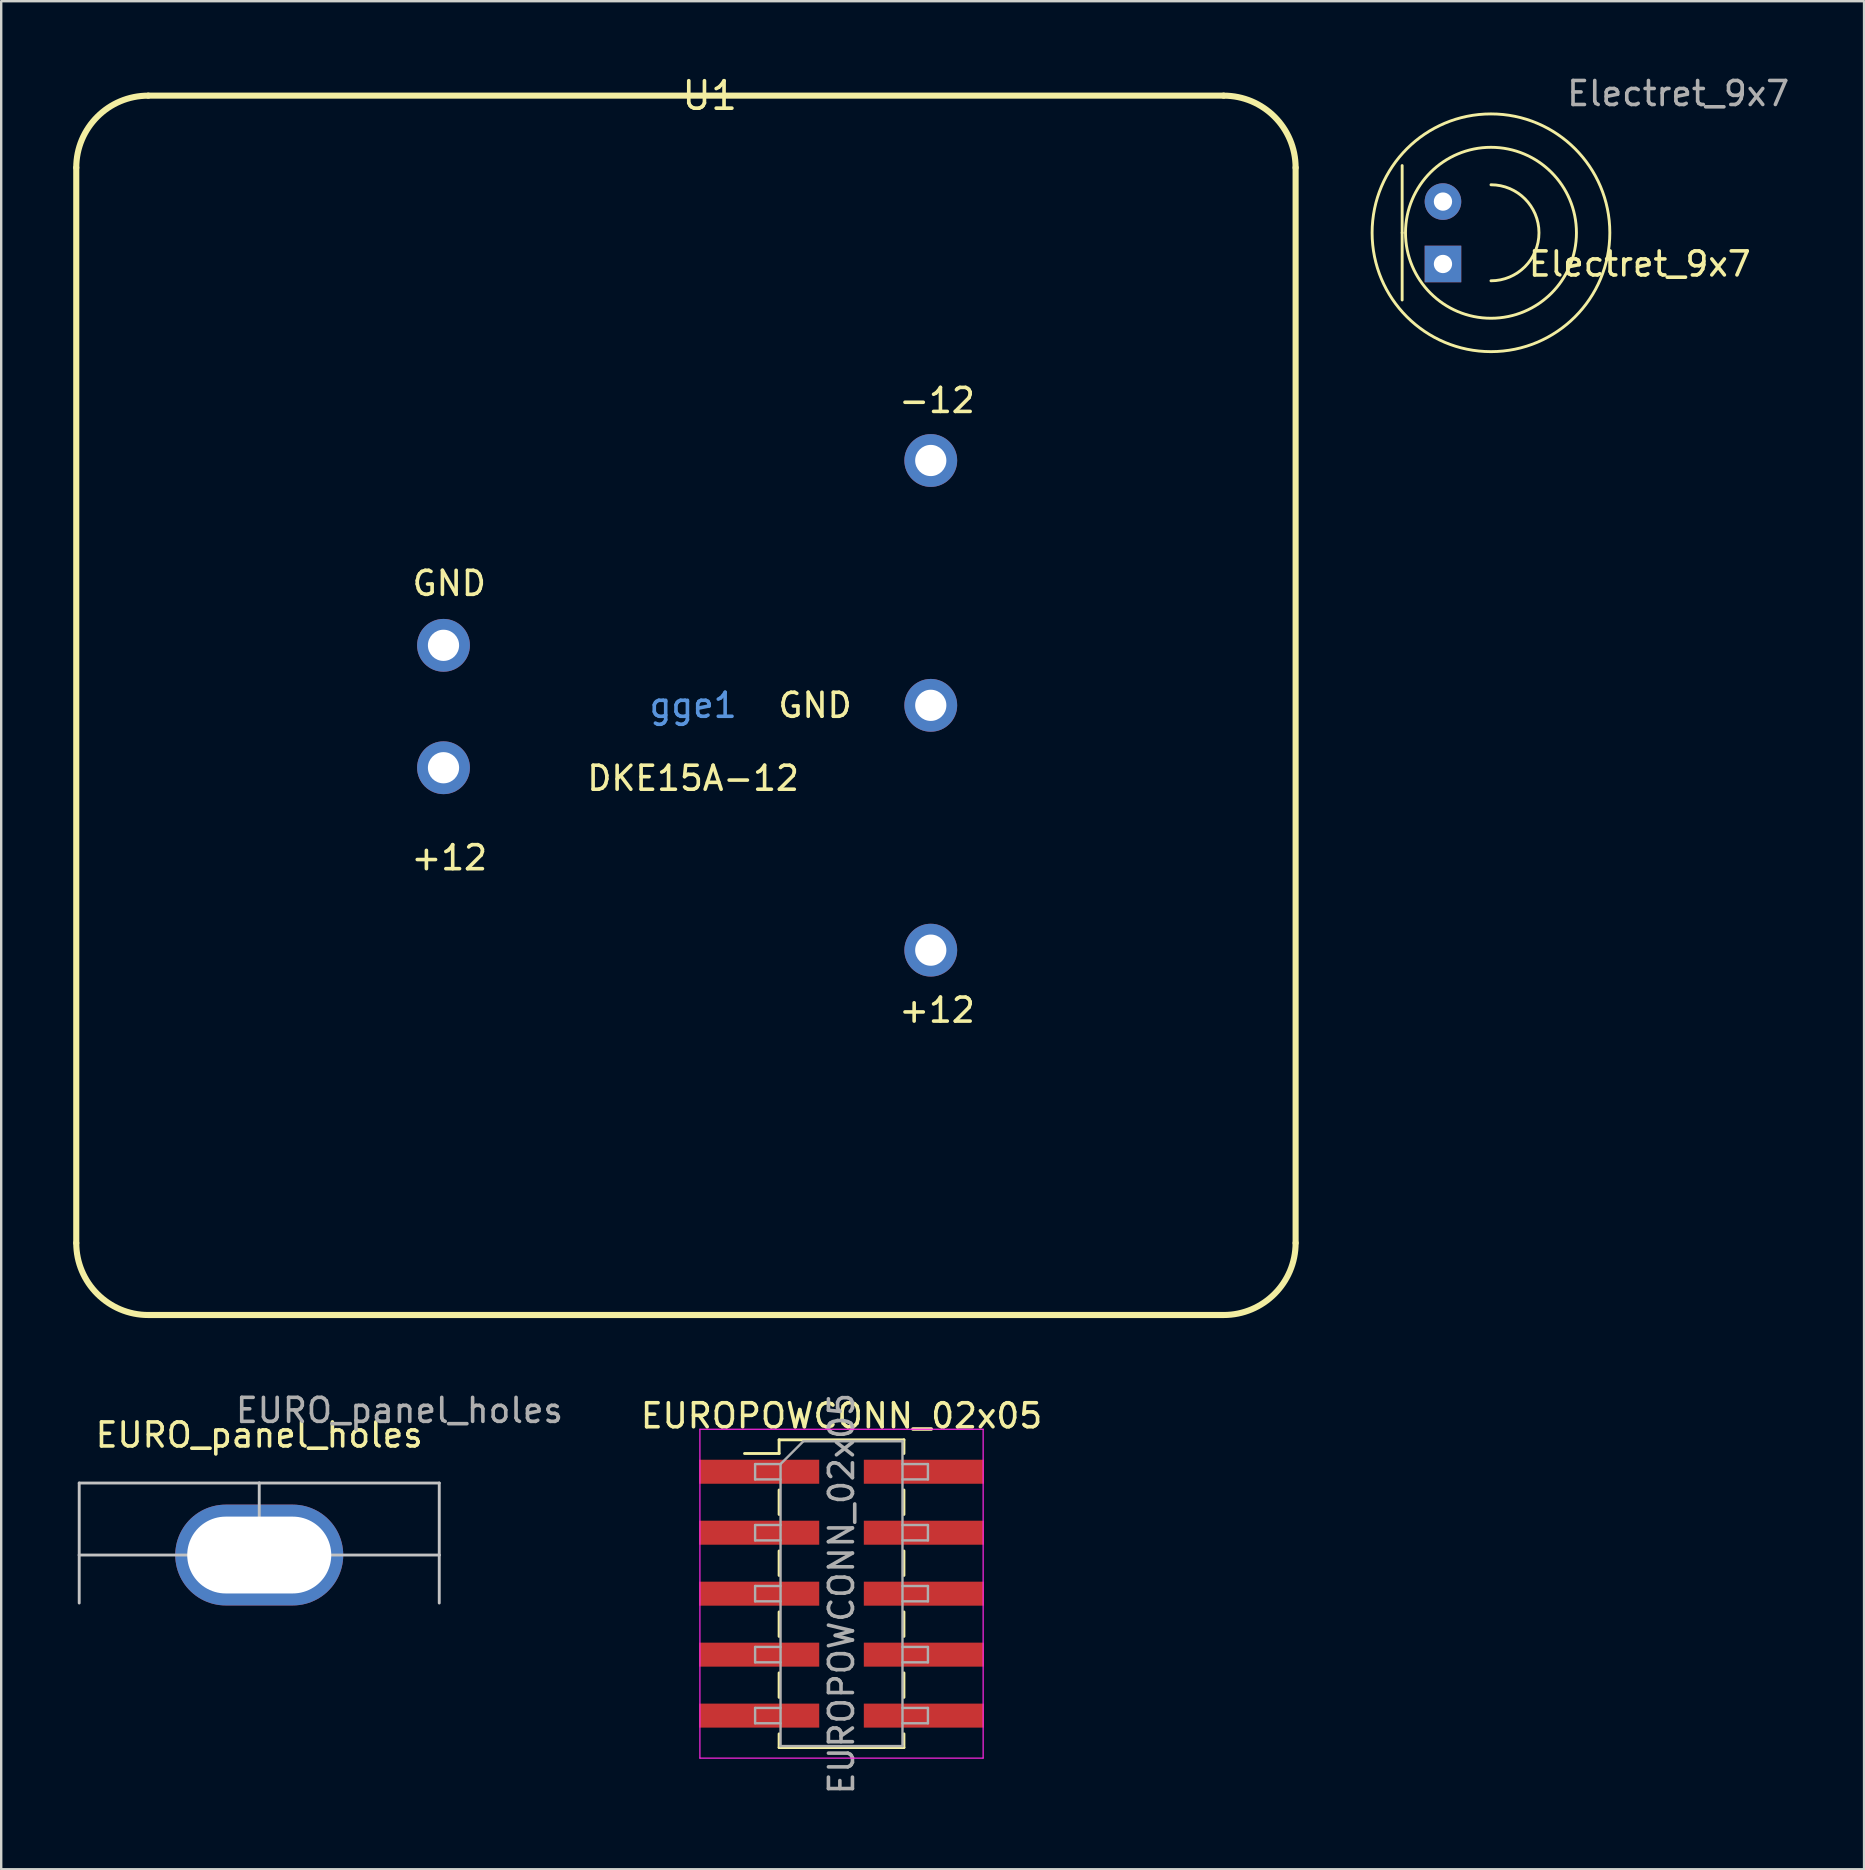
<source format=kicad_pcb>
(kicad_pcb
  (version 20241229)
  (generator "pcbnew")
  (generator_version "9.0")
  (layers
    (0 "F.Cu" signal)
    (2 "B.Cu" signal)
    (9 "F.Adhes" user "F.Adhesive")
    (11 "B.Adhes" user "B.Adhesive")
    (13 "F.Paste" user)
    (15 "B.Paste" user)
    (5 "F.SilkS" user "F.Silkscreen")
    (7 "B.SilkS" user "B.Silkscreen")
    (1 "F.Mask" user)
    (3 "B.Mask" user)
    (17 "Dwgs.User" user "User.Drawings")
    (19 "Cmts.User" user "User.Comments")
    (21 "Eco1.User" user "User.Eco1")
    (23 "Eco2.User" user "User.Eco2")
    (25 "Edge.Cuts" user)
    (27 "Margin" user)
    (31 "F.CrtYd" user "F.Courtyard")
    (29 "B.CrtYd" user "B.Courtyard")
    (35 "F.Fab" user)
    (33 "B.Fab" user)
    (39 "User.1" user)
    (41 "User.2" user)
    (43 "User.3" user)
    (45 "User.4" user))
  (footprint "DKE15A-12"
    (layer "F.Cu")
    (at 25.827 28.875)
    (property "Reference" "DKE15A-12" (at 0 0.5 0) (layer "F.SilkS") (effects (font (size 1 1) (thickness 0.15))))
    (attr through_hole)
    (fp_line (start -25.7 -24.94) (end -25.7 19.86) (stroke (width 0.254) (type solid)) (layer "F.SilkS"))
    (fp_line (start -22.7 22.86) (end 22.1 22.86) (stroke (width 0.254) (type solid)) (layer "F.SilkS"))
    (fp_line (start 22.1 -27.94) (end -22.7 -27.94) (stroke (width 0.254) (type solid)) (layer "F.SilkS"))
    (fp_line (start 25.1 19.86) (end 25.1 -24.94) (stroke (width 0.254) (type solid)) (layer "F.SilkS"))
    (fp_arc (start -25.7 -24.94) (mid -24.82132 -27.06132) (end -22.7 -27.94) (stroke (width 0.254) (type solid)) (layer "F.SilkS"))
    (fp_arc (start -22.7 22.86) (mid -24.82132 21.98132) (end -25.7 19.86) (stroke (width 0.254) (type solid)) (layer "F.SilkS"))
    (fp_arc (start 22.1 -27.94) (mid 24.22132 -27.06132) (end 25.1 -24.94) (stroke (width 0.254) (type solid)) (layer "F.SilkS"))
    (fp_arc (start 25.1 19.86) (mid 24.22132 21.98132) (end 22.1 22.86) (stroke (width 0.254) (type solid)) (layer "F.SilkS"))
    (fp_text user "GND" (at -10.16 -7.62 0) (layer "F.SilkS") (effects (font (size 1 1) (thickness 0.15))))
    (fp_text user "+12" (at -10.16 3.81 0) (layer "F.SilkS") (effects (font (size 1 1) (thickness 0.15))))
    (fp_text user "-12" (at 10.16 -15.24 0) (layer "F.SilkS") (effects (font (size 1 1) (thickness 0.15))))
    (fp_text user "GND" (at 5.08 -2.54 0) (layer "F.SilkS") (effects (font (size 1 1) (thickness 0.15))))
    (fp_text user "U1" (at -0.554 -27.94 0) (layer "F.SilkS") (effects (font (size 1.143 1.143) (thickness 0.152)) (justify left)))
    (fp_text user "+12" (at 10.16 10.16 0) (layer "F.SilkS") (effects (font (size 1 1) (thickness 0.15))))
    (fp_text user "gge1" (at 0 -2.54 0) (layer "Cmts.User") (effects (font (size 1 1) (thickness 0.15))))
    (pad "1" thru_hole circle (at -10.4 0.06) (size 2.2 2.2) (drill 1.3) (layers "*.Cu" "*.Paste" "*.Mask"))
    (pad "2" thru_hole circle (at -10.4 -5.04) (size 2.2 2.2) (drill 1.3) (layers "*.Cu" "*.Paste" "*.Mask"))
    (pad "3" thru_hole circle (at 9.9 7.66) (size 2.2 2.2) (drill 1.3) (layers "*.Cu" "*.Paste" "*.Mask"))
    (pad "4" thru_hole circle (at 9.9 -2.54) (size 2.2 2.2) (drill 1.3) (layers "*.Cu" "*.Paste" "*.Mask"))
    (pad "5" thru_hole circle (at 9.9 -12.74) (size 2.2 2.2) (drill 1.3) (layers "*.Cu" "*.Paste" "*.Mask")))
  (footprint "Electret_9x7"
    (layer "F.Cu")
    (at 59.066 6.648)
    (property "Reference" "Electret_9x7" (at 6.2 1.3 0) (unlocked yes) (layer "F.SilkS") (effects (font (size 1 1) (thickness 0.15))))
    (attr through_hole)
    (fp_line (start -3.7 0) (end -3.7 -2.8) (stroke (width 0.12) (type solid)) (layer "F.SilkS"))
    (fp_line (start -3.7 0) (end -3.7 2.8) (stroke (width 0.12) (type solid)) (layer "F.SilkS"))
    (fp_arc (start 0 -2) (mid 2 0) (end 0 2) (stroke (width 0.12) (type solid)) (layer "F.SilkS"))
    (fp_circle (center 0 0) (end 2.2 2.8) (stroke (width 0.12) (type solid)) (fill no) (layer "F.SilkS"))
    (fp_circle (center 0 0) (end 3.6 3.4) (stroke (width 0.12) (type solid)) (fill no) (layer "F.SilkS"))
    (fp_text user "${REFERENCE}" (at 7.8 -5.8 0) (unlocked yes) (layer "F.Fab") (effects (font (size 1 1) (thickness 0.15))))
    (pad "1" thru_hole rect (at -2 1.3) (size 1.524 1.524) (drill 0.762) (layers "*.Cu" "*.Mask"))
    (pad "2" thru_hole circle (at -2 -1.3) (size 1.524 1.524) (drill 0.762) (layers "*.Cu" "*.Mask")))
  (footprint "EURO_panel_holes"
    (layer "F.Cu")
    (at 0.25 58.735)
    (property "Reference" "EURO_panel_holes" (at 7.5 -2 0) (unlocked yes) (layer "F.SilkS") (effects (font (size 1 1) (thickness 0.15))))
    (fp_line (start 0 0) (end 0 3) (stroke (width 0.12) (type solid)) (layer "Dwgs.User"))
    (fp_line (start 0 3) (end 0 5) (stroke (width 0.12) (type solid)) (layer "Dwgs.User"))
    (fp_line (start 7.5 0) (end 0 0) (stroke (width 0.12) (type solid)) (layer "Dwgs.User"))
    (fp_line (start 7.5 3) (end 0 3) (stroke (width 0.12) (type solid)) (layer "Dwgs.User"))
    (fp_line (start 7.5 3) (end 7.5 0) (stroke (width 0.12) (type solid)) (layer "Dwgs.User"))
    (fp_line (start 15 0) (end 7.5 0) (stroke (width 0.12) (type solid)) (layer "Dwgs.User"))
    (fp_line (start 15 0) (end 15 3) (stroke (width 0.12) (type solid)) (layer "Dwgs.User"))
    (fp_line (start 15 3) (end 7.5 3) (stroke (width 0.12) (type solid)) (layer "Dwgs.User"))
    (fp_line (start 15 3) (end 15 5) (stroke (width 0.12) (type solid)) (layer "Dwgs.User"))
    (fp_text user "${REFERENCE}" (at 13.342 -3.024 0) (unlocked yes) (layer "F.Fab") (effects (font (size 1 1) (thickness 0.15))))
    (pad "?" thru_hole oval (at 7.5 3) (size 7 4.2) (drill oval 6 3.2) (layers "*.Cu" "*.Mask")))
  (footprint "EUROPOWCONN_02x05"
    (layer "F.Cu")
    (at 32.009 63.345)
    (property "Reference" "EUROPOWCONN_02x05" (at 0 -7.41 0) (layer "F.SilkS") (effects (font (size 1 1) (thickness 0.15))))
    (attr smd)
    (fp_line (start -4.04 -5.84) (end -2.6 -5.84) (stroke (width 0.12) (type solid)) (layer "F.SilkS"))
    (fp_line (start -2.6 -6.41) (end -2.6 -5.84) (stroke (width 0.12) (type solid)) (layer "F.SilkS"))
    (fp_line (start -2.6 -6.41) (end 2.6 -6.41) (stroke (width 0.12) (type solid)) (layer "F.SilkS"))
    (fp_line (start -2.6 -4.32) (end -2.6 -3.3) (stroke (width 0.12) (type solid)) (layer "F.SilkS"))
    (fp_line (start -2.6 -1.78) (end -2.6 -0.76) (stroke (width 0.12) (type solid)) (layer "F.SilkS"))
    (fp_line (start -2.6 0.76) (end -2.6 1.78) (stroke (width 0.12) (type solid)) (layer "F.SilkS"))
    (fp_line (start -2.6 3.3) (end -2.6 4.32) (stroke (width 0.12) (type solid)) (layer "F.SilkS"))
    (fp_line (start -2.6 5.84) (end -2.6 6.41) (stroke (width 0.12) (type solid)) (layer "F.SilkS"))
    (fp_line (start -2.6 6.41) (end 2.6 6.41) (stroke (width 0.12) (type solid)) (layer "F.SilkS"))
    (fp_line (start 2.6 -6.41) (end 2.6 -5.84) (stroke (width 0.12) (type solid)) (layer "F.SilkS"))
    (fp_line (start 2.6 -4.32) (end 2.6 -3.3) (stroke (width 0.12) (type solid)) (layer "F.SilkS"))
    (fp_line (start 2.6 -1.78) (end 2.6 -0.76) (stroke (width 0.12) (type solid)) (layer "F.SilkS"))
    (fp_line (start 2.6 0.76) (end 2.6 1.78) (stroke (width 0.12) (type solid)) (layer "F.SilkS"))
    (fp_line (start 2.6 3.3) (end 2.6 4.32) (stroke (width 0.12) (type solid)) (layer "F.SilkS"))
    (fp_line (start 2.6 5.84) (end 2.6 6.41) (stroke (width 0.12) (type solid)) (layer "F.SilkS"))
    (fp_line (start -5.9 -6.85) (end -5.9 6.85) (stroke (width 0.05) (type solid)) (layer "F.CrtYd"))
    (fp_line (start -5.9 6.85) (end 5.9 6.85) (stroke (width 0.05) (type solid)) (layer "F.CrtYd"))
    (fp_line (start 5.9 -6.85) (end -5.9 -6.85) (stroke (width 0.05) (type solid)) (layer "F.CrtYd"))
    (fp_line (start 5.9 6.85) (end 5.9 -6.85) (stroke (width 0.05) (type solid)) (layer "F.CrtYd"))
    (fp_line (start -3.6 -5.4) (end -3.6 -4.76) (stroke (width 0.1) (type solid)) (layer "F.Fab"))
    (fp_line (start -3.6 -4.76) (end -2.54 -4.76) (stroke (width 0.1) (type solid)) (layer "F.Fab"))
    (fp_line (start -3.6 -2.86) (end -3.6 -2.22) (stroke (width 0.1) (type solid)) (layer "F.Fab"))
    (fp_line (start -3.6 -2.22) (end -2.54 -2.22) (stroke (width 0.1) (type solid)) (layer "F.Fab"))
    (fp_line (start -3.6 -0.32) (end -3.6 0.32) (stroke (width 0.1) (type solid)) (layer "F.Fab"))
    (fp_line (start -3.6 0.32) (end -2.54 0.32) (stroke (width 0.1) (type solid)) (layer "F.Fab"))
    (fp_line (start -3.6 2.22) (end -3.6 2.86) (stroke (width 0.1) (type solid)) (layer "F.Fab"))
    (fp_line (start -3.6 2.86) (end -2.54 2.86) (stroke (width 0.1) (type solid)) (layer "F.Fab"))
    (fp_line (start -3.6 4.76) (end -3.6 5.4) (stroke (width 0.1) (type solid)) (layer "F.Fab"))
    (fp_line (start -3.6 5.4) (end -2.54 5.4) (stroke (width 0.1) (type solid)) (layer "F.Fab"))
    (fp_line (start -2.54 -5.4) (end -3.6 -5.4) (stroke (width 0.1) (type solid)) (layer "F.Fab"))
    (fp_line (start -2.54 -5.4) (end -1.59 -6.35) (stroke (width 0.1) (type solid)) (layer "F.Fab"))
    (fp_line (start -2.54 -2.86) (end -3.6 -2.86) (stroke (width 0.1) (type solid)) (layer "F.Fab"))
    (fp_line (start -2.54 -0.32) (end -3.6 -0.32) (stroke (width 0.1) (type solid)) (layer "F.Fab"))
    (fp_line (start -2.54 2.22) (end -3.6 2.22) (stroke (width 0.1) (type solid)) (layer "F.Fab"))
    (fp_line (start -2.54 4.76) (end -3.6 4.76) (stroke (width 0.1) (type solid)) (layer "F.Fab"))
    (fp_line (start -2.54 6.35) (end -2.54 -5.4) (stroke (width 0.1) (type solid)) (layer "F.Fab"))
    (fp_line (start -1.59 -6.35) (end 2.54 -6.35) (stroke (width 0.1) (type solid)) (layer "F.Fab"))
    (fp_line (start 2.54 -6.35) (end 2.54 6.35) (stroke (width 0.1) (type solid)) (layer "F.Fab"))
    (fp_line (start 2.54 -5.4) (end 3.6 -5.4) (stroke (width 0.1) (type solid)) (layer "F.Fab"))
    (fp_line (start 2.54 -2.86) (end 3.6 -2.86) (stroke (width 0.1) (type solid)) (layer "F.Fab"))
    (fp_line (start 2.54 -0.32) (end 3.6 -0.32) (stroke (width 0.1) (type solid)) (layer "F.Fab"))
    (fp_line (start 2.54 2.22) (end 3.6 2.22) (stroke (width 0.1) (type solid)) (layer "F.Fab"))
    (fp_line (start 2.54 4.76) (end 3.6 4.76) (stroke (width 0.1) (type solid)) (layer "F.Fab"))
    (fp_line (start 2.54 6.35) (end -2.54 6.35) (stroke (width 0.1) (type solid)) (layer "F.Fab"))
    (fp_line (start 3.6 -5.4) (end 3.6 -4.76) (stroke (width 0.1) (type solid)) (layer "F.Fab"))
    (fp_line (start 3.6 -4.76) (end 2.54 -4.76) (stroke (width 0.1) (type solid)) (layer "F.Fab"))
    (fp_line (start 3.6 -2.86) (end 3.6 -2.22) (stroke (width 0.1) (type solid)) (layer "F.Fab"))
    (fp_line (start 3.6 -2.22) (end 2.54 -2.22) (stroke (width 0.1) (type solid)) (layer "F.Fab"))
    (fp_line (start 3.6 -0.32) (end 3.6 0.32) (stroke (width 0.1) (type solid)) (layer "F.Fab"))
    (fp_line (start 3.6 0.32) (end 2.54 0.32) (stroke (width 0.1) (type solid)) (layer "F.Fab"))
    (fp_line (start 3.6 2.22) (end 3.6 2.86) (stroke (width 0.1) (type solid)) (layer "F.Fab"))
    (fp_line (start 3.6 2.86) (end 2.54 2.86) (stroke (width 0.1) (type solid)) (layer "F.Fab"))
    (fp_line (start 3.6 4.76) (end 3.6 5.4) (stroke (width 0.1) (type solid)) (layer "F.Fab"))
    (fp_line (start 3.6 5.4) (end 2.54 5.4) (stroke (width 0.1) (type solid)) (layer "F.Fab"))
    (fp_text user "${REFERENCE}" (at 0 0 90) (layer "F.Fab") (effects (font (size 1 1) (thickness 0.15))))
    (pad "1" smd rect (at -3.429 -5.08) (size 5 1) (layers "F.Cu" "F.Mask" "F.Paste"))
    (pad "2" smd rect (at 3.429 -5.08) (size 5 1) (layers "F.Cu" "F.Mask" "F.Paste"))
    (pad "3" smd rect (at -3.429 -2.54) (size 5 1) (layers "F.Cu" "F.Mask" "F.Paste"))
    (pad "4" smd rect (at 3.429 -2.54) (size 5 1) (layers "F.Cu" "F.Mask" "F.Paste"))
    (pad "5" smd rect (at -3.429 0) (size 5 1) (layers "F.Cu" "F.Mask" "F.Paste"))
    (pad "6" smd rect (at 3.429 0) (size 5 1) (layers "F.Cu" "F.Mask" "F.Paste"))
    (pad "7" smd rect (at -3.429 2.54) (size 5 1) (layers "F.Cu" "F.Mask" "F.Paste"))
    (pad "8" smd rect (at 3.429 2.54) (size 5 1) (layers "F.Cu" "F.Mask" "F.Paste"))
    (pad "9" smd rect (at -3.429 5.08) (size 5 1) (layers "F.Cu" "F.Mask" "F.Paste"))
    (pad "10" smd rect (at 3.429 5.08) (size 5 1) (layers "F.Cu" "F.Mask" "F.Paste")))
  (gr_rect
    (start -3 -3)
    (end 74.61 74.827)
    (stroke (width 0.1) (type default))
    (fill no)
    (layer "Edge.Cuts")))
</source>
